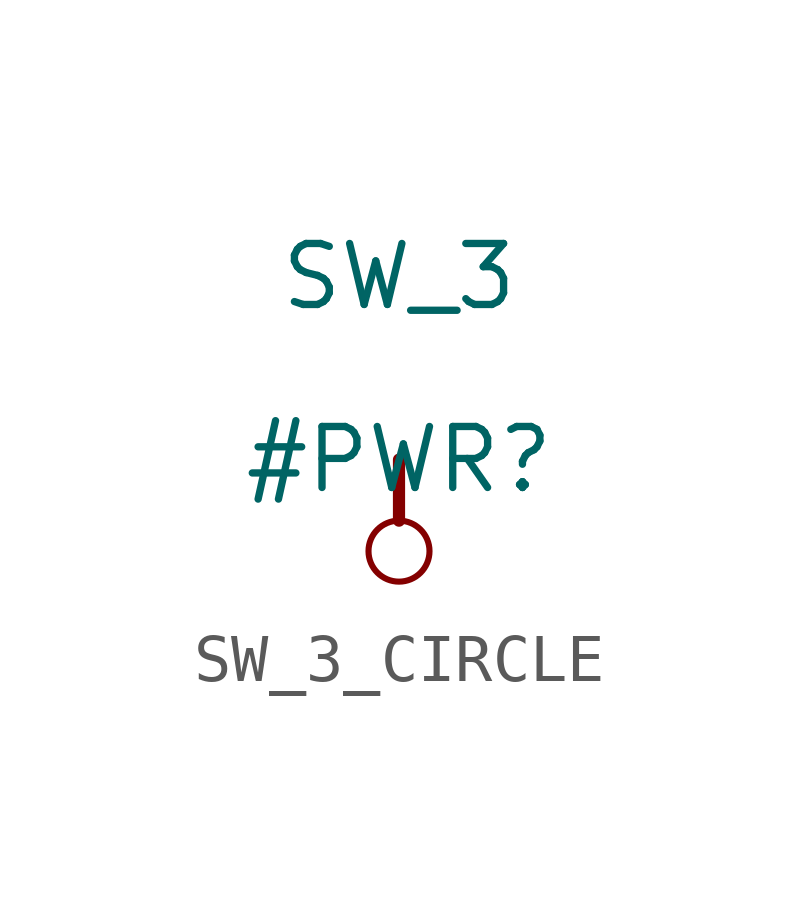
<source format=kicad_sym>
(kicad_symbol_lib
  (version 20231120)
  (generator "kicad_symbol_editor")
  (generator_version "8.0")
  (symbol "SW_3_CIRCLE"
    (power)
    (property "Reference" "#PWR"
      (at 0 0 0)
      (effects (font (size 1.27 1.27))))
    (property "Value" "SW_3"
      (at 0 3.81 0)
      (effects (font (size 1.27 1.27))))
    (symbol "SW_3_CIRCLE_0_0"
      (circle (center 0 -1.905) (radius 0.635) (stroke (width 0.127) (type solid)) (fill (type none)))
      (polyline (pts (xy 0 0) (xy 0 -1.27)) (stroke (width 0.254) (type solid)) (fill (type none)))
      (pin power_in line (at 0 0 0) (length 0) hide (name "SW_3" (effects (font (size 1.27 1.27)))) (number "" (effects (font (size 1.27 1.27))))))))
</source>
